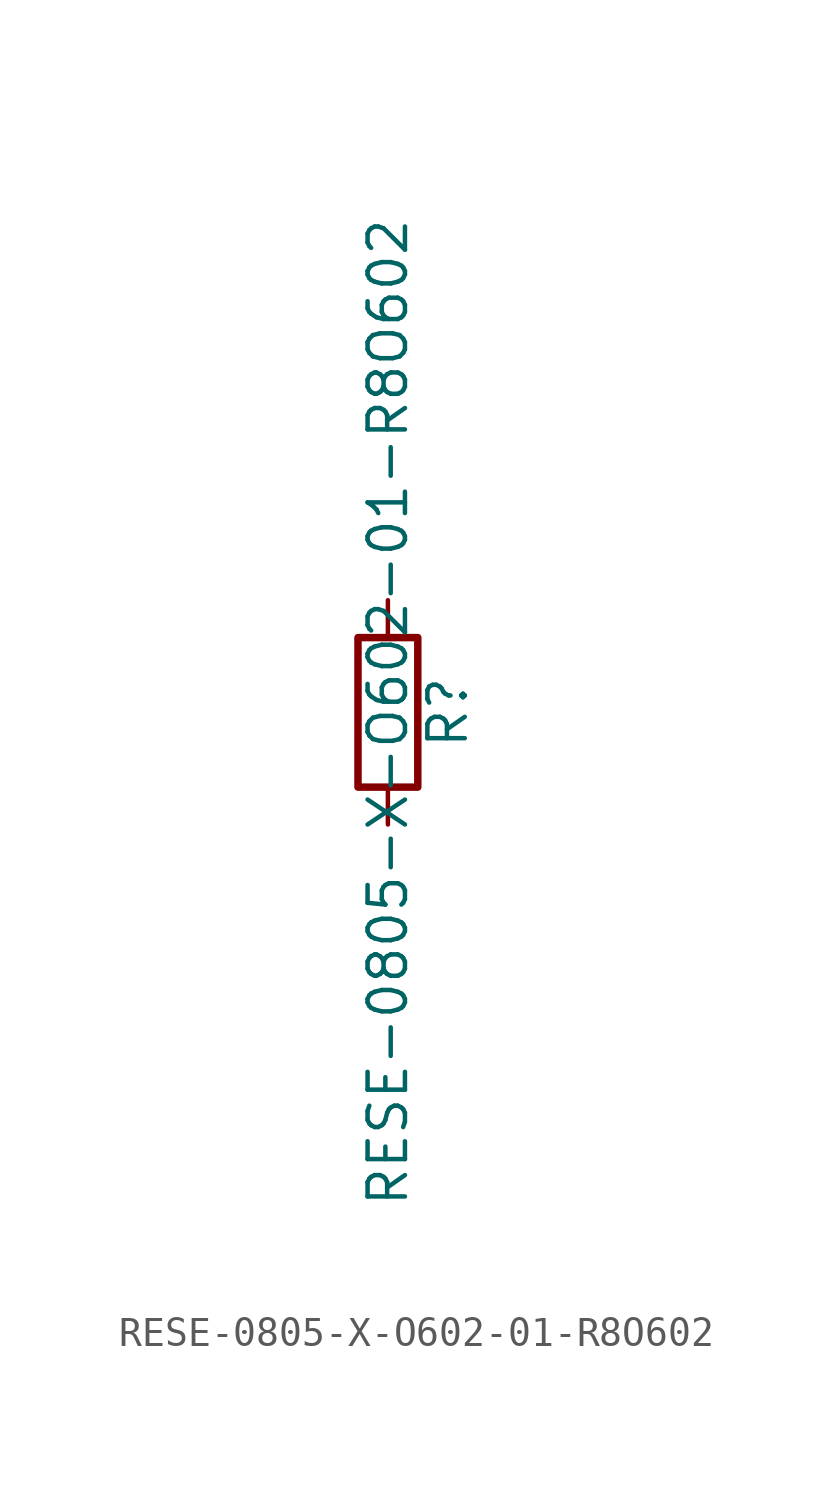
<source format=kicad_sym>
(kicad_symbol_lib
  (version 20211014)
  (generator kicad_symbol_editor)
  (symbol "RESE-0805-X-O602-01-R8O602"
    (pin_numbers hide)
    (pin_names
      (offset 0))
    (property "Reference" "R"
      (at 2.032 0 90)
      (effects (font (size 1.27 1.27))))
    (property "Value" "RESE-0805-X-O602-01-R8O602"
      (at 0 0 90)
      (effects (font (size 1.27 1.27))))
    (symbol "RESE-0805-X-O602-01-R8O602_0_1"
      (rectangle (start -1.016 -2.54) (end 1.016 2.54) (stroke (width 0.254) (type default) (color 0 0 0 0)) (fill (type none))))
    (symbol "RESE-0805-X-O602-01-R8O602_1_1"
      (pin passive line (at 0 3.81 270) (length 1.27) (name "~" (effects (font (size 1.27 1.27)))) (number "1" (effects (font (size 1.27 1.27)))))
      (pin passive line (at 0 -3.81 90) (length 1.27) (name "~" (effects (font (size 1.27 1.27)))) (number "2" (effects (font (size 1.27 1.27))))))))
</source>
